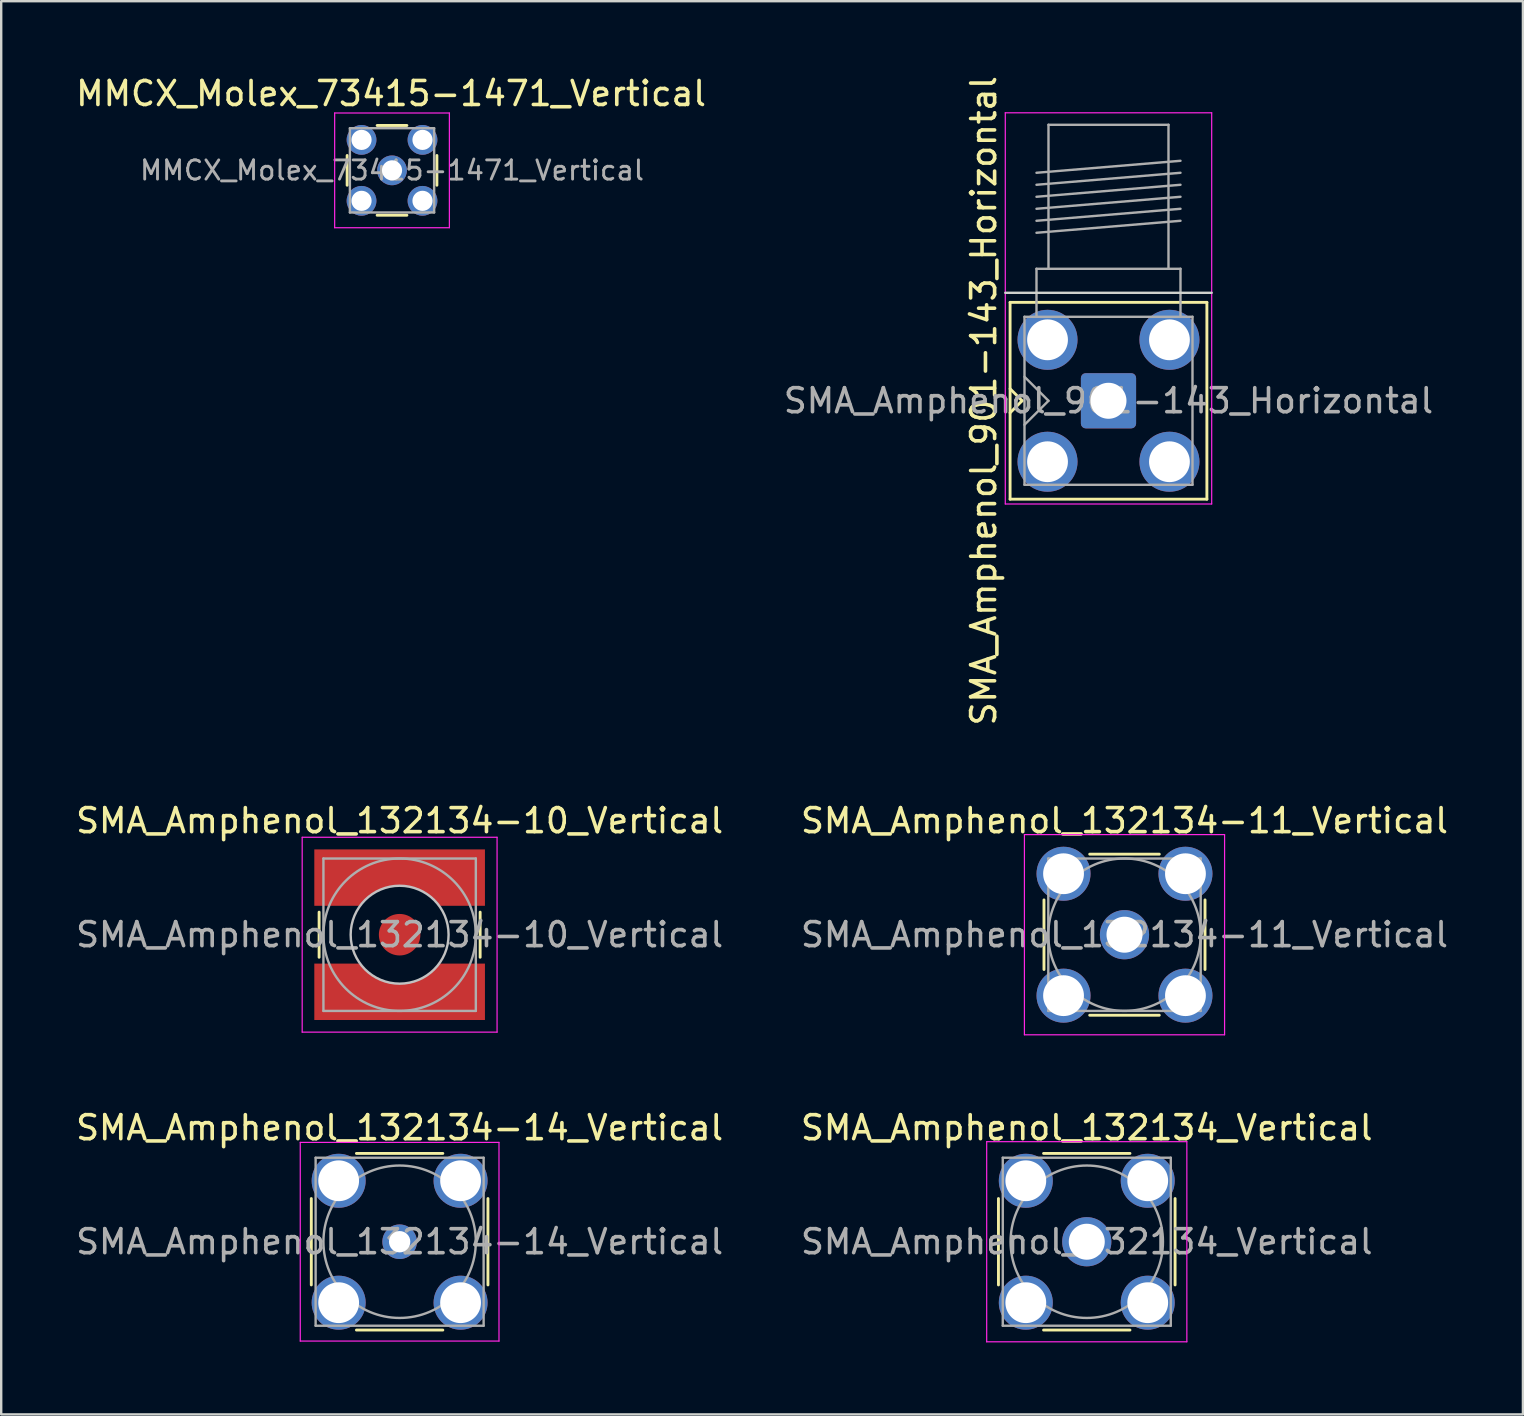
<source format=kicad_pcb>
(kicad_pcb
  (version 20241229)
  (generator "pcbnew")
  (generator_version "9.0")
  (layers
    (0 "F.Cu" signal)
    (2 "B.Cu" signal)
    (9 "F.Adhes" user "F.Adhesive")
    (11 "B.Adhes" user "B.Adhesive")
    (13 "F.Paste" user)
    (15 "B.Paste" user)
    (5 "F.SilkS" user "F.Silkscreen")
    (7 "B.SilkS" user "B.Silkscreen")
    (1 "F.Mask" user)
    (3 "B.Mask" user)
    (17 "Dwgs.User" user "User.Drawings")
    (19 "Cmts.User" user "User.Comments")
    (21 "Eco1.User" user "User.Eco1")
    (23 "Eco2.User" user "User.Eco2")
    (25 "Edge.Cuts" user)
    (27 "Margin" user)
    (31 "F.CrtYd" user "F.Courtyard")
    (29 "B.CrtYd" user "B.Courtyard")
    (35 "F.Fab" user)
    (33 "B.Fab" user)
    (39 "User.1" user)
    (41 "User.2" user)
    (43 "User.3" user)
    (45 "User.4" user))
  (footprint "SMA_Amphenol_901-143_Horizontal"
    (layer "F.Cu")
    (at 43.137 13.649)
    (property "Reference" "SMA_Amphenol_901-143_Horizontal" (at -5.2 0 90) (layer "F.SilkS") (effects (font (size 1 1) (thickness 0.15))))
    (attr through_hole)
    (fp_line (start -4.1 -4.1) (end -4.1 4.1) (stroke (width 0.12) (type solid)) (layer "F.SilkS"))
    (fp_line (start -4.1 -4.1) (end 4.1 -4.1) (stroke (width 0.12) (type solid)) (layer "F.SilkS"))
    (fp_line (start -4.1 0.5) (end -3.6 0) (stroke (width 0.12) (type solid)) (layer "F.SilkS"))
    (fp_line (start -4.1 4.1) (end 4.1 4.1) (stroke (width 0.12) (type solid)) (layer "F.SilkS"))
    (fp_line (start -3.6 0) (end -4.1 -0.5) (stroke (width 0.12) (type solid)) (layer "F.SilkS"))
    (fp_line (start 4.1 -4.1) (end 4.1 4.1) (stroke (width 0.12) (type solid)) (layer "F.SilkS"))
    (fp_line (start 4.3 -4.5) (end -4.3 -4.5) (stroke (width 0.1) (type solid)) (layer "Edge.Cuts"))
    (fp_line (start -4.3 -12) (end -4.3 4.3) (stroke (width 0.05) (type solid)) (layer "F.CrtYd"))
    (fp_line (start -4.3 -12) (end 4.3 -12) (stroke (width 0.05) (type solid)) (layer "F.CrtYd"))
    (fp_line (start 4.3 4.3) (end -4.3 4.3) (stroke (width 0.05) (type solid)) (layer "F.CrtYd"))
    (fp_line (start 4.3 4.3) (end 4.3 -12) (stroke (width 0.05) (type solid)) (layer "F.CrtYd"))
    (fp_line (start -3.5 -3.5) (end -3.5 3.5) (stroke (width 0.1) (type solid)) (layer "F.Fab"))
    (fp_line (start -3.5 -3.5) (end 3.5 -3.5) (stroke (width 0.1) (type solid)) (layer "F.Fab"))
    (fp_line (start -3.5 -1) (end -2.5 0) (stroke (width 0.1) (type solid)) (layer "F.Fab"))
    (fp_line (start -3.5 3.5) (end 3.5 3.5) (stroke (width 0.1) (type solid)) (layer "F.Fab"))
    (fp_line (start -3 -9.5) (end 3 -10) (stroke (width 0.1) (type solid)) (layer "F.Fab"))
    (fp_line (start -3 -9) (end 3 -9.5) (stroke (width 0.1) (type solid)) (layer "F.Fab"))
    (fp_line (start -3 -8.5) (end 3 -9) (stroke (width 0.1) (type solid)) (layer "F.Fab"))
    (fp_line (start -3 -8) (end 3 -8.5) (stroke (width 0.1) (type solid)) (layer "F.Fab"))
    (fp_line (start -3 -7.5) (end 3 -8) (stroke (width 0.1) (type solid)) (layer "F.Fab"))
    (fp_line (start -3 -7) (end 3 -7.5) (stroke (width 0.1) (type solid)) (layer "F.Fab"))
    (fp_line (start -3 -5.5) (end -3 -3.5) (stroke (width 0.1) (type solid)) (layer "F.Fab"))
    (fp_line (start -2.5 -11.5) (end -2.5 -5.5) (stroke (width 0.1) (type solid)) (layer "F.Fab"))
    (fp_line (start -2.5 -11.5) (end 2.5 -11.5) (stroke (width 0.1) (type solid)) (layer "F.Fab"))
    (fp_line (start -2.5 0) (end -3.5 1) (stroke (width 0.1) (type solid)) (layer "F.Fab"))
    (fp_line (start 2.5 -11.5) (end 2.5 -5.5) (stroke (width 0.1) (type solid)) (layer "F.Fab"))
    (fp_line (start 3 -5.5) (end -3 -5.5) (stroke (width 0.1) (type solid)) (layer "F.Fab"))
    (fp_line (start 3 -5.5) (end 3 -3.5) (stroke (width 0.1) (type solid)) (layer "F.Fab"))
    (fp_line (start 3.5 -3.5) (end 3.5 3.5) (stroke (width 0.1) (type solid)) (layer "F.Fab"))
    (fp_text user "${REFERENCE}" (at 0 0 0) (layer "F.Fab") (effects (font (size 1 1) (thickness 0.15))))
    (pad "1" thru_hole roundrect (at 0 0) (size 2.3 2.3) (drill 1.5) (layers "*.Cu" "*.Mask") (remove_unused_layers yes) (keep_end_layers yes) (zone_layer_connections) (roundrect_rratio 0.087))
    (pad "2" thru_hole circle (at -2.54 -2.54) (size 2.5 2.5) (drill 1.7) (layers "*.Cu" "*.Mask") (remove_unused_layers yes) (keep_end_layers yes) (zone_layer_connections))
    (pad "2" thru_hole circle (at -2.54 2.54) (size 2.5 2.5) (drill 1.7) (layers "*.Cu" "*.Mask") (remove_unused_layers yes) (keep_end_layers yes) (zone_layer_connections))
    (pad "2" thru_hole circle (at 2.54 -2.54) (size 2.5 2.5) (drill 1.7) (layers "*.Cu" "*.Mask") (remove_unused_layers yes) (keep_end_layers yes) (zone_layer_connections))
    (pad "2" thru_hole circle (at 2.54 2.54) (size 2.5 2.5) (drill 1.7) (layers "*.Cu" "*.Mask") (remove_unused_layers yes) (keep_end_layers yes) (zone_layer_connections)))
  (footprint "SMA_Amphenol_132134_Vertical"
    (layer "F.Cu")
    (at 42.232 48.689)
    (property "Reference" "SMA_Amphenol_132134_Vertical" (at 0 -4.75 0) (layer "F.SilkS") (effects (font (size 1 1) (thickness 0.15))))
    (attr through_hole)
    (fp_line (start -3.68 -1.8) (end -3.68 1.8) (stroke (width 0.12) (type solid)) (layer "F.SilkS"))
    (fp_line (start -1.8 -3.68) (end 1.8 -3.68) (stroke (width 0.12) (type solid)) (layer "F.SilkS"))
    (fp_line (start -1.8 3.68) (end 1.8 3.68) (stroke (width 0.12) (type solid)) (layer "F.SilkS"))
    (fp_line (start 3.68 -1.8) (end 3.68 1.8) (stroke (width 0.12) (type solid)) (layer "F.SilkS"))
    (fp_line (start -4.17 -4.17) (end -4.17 4.17) (stroke (width 0.05) (type solid)) (layer "F.CrtYd"))
    (fp_line (start -4.17 -4.17) (end 4.17 -4.17) (stroke (width 0.05) (type solid)) (layer "F.CrtYd"))
    (fp_line (start 4.17 4.17) (end -4.17 4.17) (stroke (width 0.05) (type solid)) (layer "F.CrtYd"))
    (fp_line (start 4.17 4.17) (end 4.17 -4.17) (stroke (width 0.05) (type solid)) (layer "F.CrtYd"))
    (fp_line (start -3.5 -3.5) (end -3.5 3.5) (stroke (width 0.1) (type solid)) (layer "F.Fab"))
    (fp_line (start -3.5 -3.5) (end 3.5 -3.5) (stroke (width 0.1) (type solid)) (layer "F.Fab"))
    (fp_line (start -3.5 3.5) (end 3.5 3.5) (stroke (width 0.1) (type solid)) (layer "F.Fab"))
    (fp_line (start 3.5 -3.5) (end 3.5 3.5) (stroke (width 0.1) (type solid)) (layer "F.Fab"))
    (fp_circle (center 0 0) (end 3.175 0) (stroke (width 0.1) (type solid)) (fill no) (layer "F.Fab"))
    (fp_text user "${REFERENCE}" (at 0 0 0) (layer "F.Fab") (effects (font (size 1 1) (thickness 0.15))))
    (pad "1" thru_hole circle (at 0 0) (size 2.05 2.05) (drill 1.5) (layers "*.Cu" "*.Mask"))
    (pad "2" thru_hole circle (at -2.54 -2.54) (size 2.25 2.25) (drill 1.7) (layers "*.Cu" "*.Mask"))
    (pad "2" thru_hole circle (at -2.54 2.54) (size 2.25 2.25) (drill 1.7) (layers "*.Cu" "*.Mask"))
    (pad "2" thru_hole circle (at 2.54 -2.54) (size 2.25 2.25) (drill 1.7) (layers "*.Cu" "*.Mask"))
    (pad "2" thru_hole circle (at 2.54 2.54) (size 2.25 2.25) (drill 1.7) (layers "*.Cu" "*.Mask")))
  (footprint "SMA_Amphenol_132134-11_Vertical"
    (layer "F.Cu")
    (at 43.804 35.896)
    (property "Reference" "SMA_Amphenol_132134-11_Vertical" (at 0 -4.75 0) (layer "F.SilkS") (effects (font (size 1 1) (thickness 0.15))))
    (attr through_hole)
    (fp_line (start -3.355 -1.45) (end -3.355 1.45) (stroke (width 0.12) (type solid)) (layer "F.SilkS"))
    (fp_line (start -1.45 -3.355) (end 1.45 -3.355) (stroke (width 0.12) (type solid)) (layer "F.SilkS"))
    (fp_line (start -1.45 3.355) (end 1.45 3.355) (stroke (width 0.12) (type solid)) (layer "F.SilkS"))
    (fp_line (start 3.355 -1.45) (end 3.355 1.45) (stroke (width 0.12) (type solid)) (layer "F.SilkS"))
    (fp_line (start -4.17 -4.17) (end -4.17 4.17) (stroke (width 0.05) (type solid)) (layer "F.CrtYd"))
    (fp_line (start -4.17 -4.17) (end 4.17 -4.17) (stroke (width 0.05) (type solid)) (layer "F.CrtYd"))
    (fp_line (start 4.17 4.17) (end -4.17 4.17) (stroke (width 0.05) (type solid)) (layer "F.CrtYd"))
    (fp_line (start 4.17 4.17) (end 4.17 -4.17) (stroke (width 0.05) (type solid)) (layer "F.CrtYd"))
    (fp_line (start -3.175 -3.175) (end -3.175 3.175) (stroke (width 0.1) (type solid)) (layer "F.Fab"))
    (fp_line (start -3.175 -3.175) (end 3.175 -3.175) (stroke (width 0.1) (type solid)) (layer "F.Fab"))
    (fp_line (start -3.175 3.175) (end 3.175 3.175) (stroke (width 0.1) (type solid)) (layer "F.Fab"))
    (fp_line (start 3.175 -3.175) (end 3.175 3.175) (stroke (width 0.1) (type solid)) (layer "F.Fab"))
    (fp_circle (center 0 0) (end 3.175 0) (stroke (width 0.1) (type solid)) (fill no) (layer "F.Fab"))
    (fp_text user "${REFERENCE}" (at 0 0 0) (layer "F.Fab") (effects (font (size 1 1) (thickness 0.15))))
    (pad "1" thru_hole circle (at 0 0) (size 2.05 2.05) (drill 1.5) (layers "*.Cu" "*.Mask"))
    (pad "2" thru_hole circle (at -2.54 -2.54) (size 2.25 2.25) (drill 1.7) (layers "*.Cu" "*.Mask"))
    (pad "2" thru_hole circle (at -2.54 2.54) (size 2.25 2.25) (drill 1.7) (layers "*.Cu" "*.Mask"))
    (pad "2" thru_hole circle (at 2.54 -2.54) (size 2.25 2.25) (drill 1.7) (layers "*.Cu" "*.Mask"))
    (pad "2" thru_hole circle (at 2.54 2.54) (size 2.25 2.25) (drill 1.7) (layers "*.Cu" "*.Mask")))
  (footprint "SMA_Amphenol_132134-10_Vertical"
    (layer "F.Cu")
    (at 13.601 35.896)
    (property "Reference" "SMA_Amphenol_132134-10_Vertical" (at 0 -4.75 0) (layer "F.SilkS") (effects (font (size 1 1) (thickness 0.15))))
    (attr smd)
    (fp_line (start -3.355 -0.94) (end -3.355 0.94) (stroke (width 0.12) (type solid)) (layer "F.SilkS"))
    (fp_line (start 3.355 -0.94) (end 3.355 0.94) (stroke (width 0.12) (type solid)) (layer "F.SilkS"))
    (fp_circle (center 0 0) (end 2.04 0) (stroke (width 0.1) (type solid)) (fill no) (layer "Dwgs.User"))
    (fp_line (start -4.06 -4.06) (end -4.06 4.06) (stroke (width 0.05) (type solid)) (layer "F.CrtYd"))
    (fp_line (start -4.06 -4.06) (end 4.06 -4.06) (stroke (width 0.05) (type solid)) (layer "F.CrtYd"))
    (fp_line (start 4.06 4.06) (end -4.06 4.06) (stroke (width 0.05) (type solid)) (layer "F.CrtYd"))
    (fp_line (start 4.06 4.06) (end 4.06 -4.06) (stroke (width 0.05) (type solid)) (layer "F.CrtYd"))
    (fp_line (start -3.175 -3.175) (end -3.175 3.175) (stroke (width 0.1) (type solid)) (layer "F.Fab"))
    (fp_line (start -3.175 -3.175) (end 3.175 -3.175) (stroke (width 0.1) (type solid)) (layer "F.Fab"))
    (fp_line (start -3.175 3.175) (end 3.175 3.175) (stroke (width 0.1) (type solid)) (layer "F.Fab"))
    (fp_line (start 3.175 -3.175) (end 3.175 3.175) (stroke (width 0.1) (type solid)) (layer "F.Fab"))
    (fp_circle (center 0 0) (end 3.175 0) (stroke (width 0.1) (type solid)) (fill no) (layer "F.Fab"))
    (fp_text user "${REFERENCE}" (at 0 0 0) (layer "F.Fab") (effects (font (size 1 1) (thickness 0.15))))
    (pad "1" smd circle (at 0 0 90) (size 1.73 1.73) (layers "F.Cu" "F.Mask" "F.Paste"))
    (pad "2" smd custom (at 0 -2.8 180) (size 7.11 1.51) (layers "F.Cu" "F.Mask" "F.Paste") (options (anchor rect)) (primitives (gr_poly (pts (xy -1.5 -1.42) (xy -1.36 -1.28) (xy -1.205 -1.155) (xy -1.035 -1.045) (xy -0.86 -0.95) (xy -0.675 -0.875) (xy -0.48 -0.82) (xy -0.28 -0.78) (xy -0.085 -0.765) (xy 0 -0.765) (xy 0 0.755) (xy -3.555 0.755) (xy -3.555 -1.595) (xy -1.645 -1.595)) (width 0) (fill yes)) (gr_poly (pts (xy 3.555 0.755) (xy 0 0.755) (xy 0 -0.765) (xy 0.085 -0.765) (xy 0.28 -0.78) (xy 0.48 -0.82) (xy 0.675 -0.875) (xy 0.86 -0.95) (xy 1.035 -1.045) (xy 1.205 -1.155) (xy 1.36 -1.28) (xy 1.5 -1.42) (xy 1.645 -1.595) (xy 3.555 -1.595)) (width 0) (fill yes))))
    (pad "2" smd custom (at 0 2.8) (size 7.11 1.51) (layers "F.Cu" "F.Mask" "F.Paste") (options (anchor rect)) (primitives (gr_poly (pts (xy -1.5 -1.42) (xy -1.36 -1.28) (xy -1.205 -1.155) (xy -1.035 -1.045) (xy -0.86 -0.95) (xy -0.675 -0.875) (xy -0.48 -0.82) (xy -0.28 -0.78) (xy -0.085 -0.765) (xy 0 -0.765) (xy 0 0.755) (xy -3.555 0.755) (xy -3.555 -1.595) (xy -1.645 -1.595)) (width 0) (fill yes)) (gr_poly (pts (xy 3.555 0.755) (xy 0 0.755) (xy 0 -0.765) (xy 0.085 -0.765) (xy 0.28 -0.78) (xy 0.48 -0.82) (xy 0.675 -0.875) (xy 0.86 -0.95) (xy 1.035 -1.045) (xy 1.205 -1.155) (xy 1.36 -1.28) (xy 1.5 -1.42) (xy 1.645 -1.595) (xy 3.555 -1.595)) (width 0) (fill yes)))))
  (footprint "MMCX_Molex_73415-1471_Vertical"
    (layer "F.Cu")
    (at 13.284 4.048)
    (property "Reference" "MMCX_Molex_73415-1471_Vertical" (at -0.04 -3.2 0) (layer "F.SilkS") (effects (font (size 1 1) (thickness 0.15))))
    (attr through_hole)
    (fp_line (start -1.87 0.62) (end -1.87 -0.62) (stroke (width 0.12) (type solid)) (layer "F.SilkS"))
    (fp_line (start 0.62 -1.87) (end -0.62 -1.87) (stroke (width 0.12) (type solid)) (layer "F.SilkS"))
    (fp_line (start 0.62 1.87) (end -0.62 1.87) (stroke (width 0.12) (type solid)) (layer "F.SilkS"))
    (fp_line (start 1.87 0.62) (end 1.87 -0.62) (stroke (width 0.12) (type solid)) (layer "F.SilkS"))
    (fp_line (start -2.39 -2.39) (end 2.39 -2.39) (stroke (width 0.05) (type solid)) (layer "F.CrtYd"))
    (fp_line (start -2.39 2.39) (end -2.39 -2.39) (stroke (width 0.05) (type solid)) (layer "F.CrtYd"))
    (fp_line (start -2.39 2.39) (end 2.39 2.39) (stroke (width 0.05) (type solid)) (layer "F.CrtYd"))
    (fp_line (start 2.39 2.39) (end 2.39 -2.39) (stroke (width 0.05) (type solid)) (layer "F.CrtYd"))
    (fp_line (start -1.755 -1.755) (end -1.755 1.755) (stroke (width 0.1) (type solid)) (layer "F.Fab"))
    (fp_line (start -1.755 -1.755) (end 1.755 -1.755) (stroke (width 0.1) (type solid)) (layer "F.Fab"))
    (fp_line (start -1.755 1.755) (end 1.755 1.755) (stroke (width 0.1) (type solid)) (layer "F.Fab"))
    (fp_line (start 1.755 -1.755) (end 1.755 1.755) (stroke (width 0.1) (type solid)) (layer "F.Fab"))
    (fp_text user "${REFERENCE}" (at 0 0 0) (layer "F.Fab") (effects (font (size 0.8 0.8) (thickness 0.12))))
    (pad "1" thru_hole circle (at 0 0) (size 1.24 1.24) (drill 0.84) (layers "*.Cu" "*.Mask"))
    (pad "2" thru_hole circle (at -1.27 -1.27) (size 1.24 1.24) (drill 0.84) (layers "*.Cu" "*.Mask"))
    (pad "2" thru_hole circle (at -1.27 1.27) (size 1.24 1.24) (drill 0.84) (layers "*.Cu" "*.Mask"))
    (pad "2" thru_hole circle (at 1.27 -1.27) (size 1.24 1.24) (drill 0.84) (layers "*.Cu" "*.Mask"))
    (pad "2" thru_hole circle (at 1.27 1.27) (size 1.24 1.24) (drill 0.84) (layers "*.Cu" "*.Mask")))
  (footprint "SMA_Amphenol_132134-14_Vertical"
    (layer "F.Cu")
    (at 13.601 48.689)
    (property "Reference" "SMA_Amphenol_132134-14_Vertical" (at 0 -4.75 0) (layer "F.SilkS") (effects (font (size 1 1) (thickness 0.15))))
    (attr through_hole)
    (fp_line (start -3.68 -1.8) (end -3.68 1.8) (stroke (width 0.12) (type solid)) (layer "F.SilkS"))
    (fp_line (start -1.8 -3.68) (end 1.8 -3.68) (stroke (width 0.12) (type solid)) (layer "F.SilkS"))
    (fp_line (start -1.8 3.68) (end 1.8 3.68) (stroke (width 0.12) (type solid)) (layer "F.SilkS"))
    (fp_line (start 3.68 -1.8) (end 3.68 1.8) (stroke (width 0.12) (type solid)) (layer "F.SilkS"))
    (fp_line (start -4.14 -4.14) (end -4.14 4.14) (stroke (width 0.05) (type solid)) (layer "F.CrtYd"))
    (fp_line (start -4.14 -4.14) (end 4.14 -4.14) (stroke (width 0.05) (type solid)) (layer "F.CrtYd"))
    (fp_line (start 4.14 4.14) (end -4.14 4.14) (stroke (width 0.05) (type solid)) (layer "F.CrtYd"))
    (fp_line (start 4.14 4.14) (end 4.14 -4.14) (stroke (width 0.05) (type solid)) (layer "F.CrtYd"))
    (fp_line (start -3.5 -3.5) (end -3.5 3.5) (stroke (width 0.1) (type solid)) (layer "F.Fab"))
    (fp_line (start -3.5 -3.5) (end 3.5 -3.5) (stroke (width 0.1) (type solid)) (layer "F.Fab"))
    (fp_line (start -3.5 3.5) (end 3.5 3.5) (stroke (width 0.1) (type solid)) (layer "F.Fab"))
    (fp_line (start 3.5 -3.5) (end 3.5 3.5) (stroke (width 0.1) (type solid)) (layer "F.Fab"))
    (fp_circle (center 0 0) (end 3.175 0) (stroke (width 0.1) (type solid)) (fill no) (layer "F.Fab"))
    (fp_text user "${REFERENCE}" (at 0 0 0) (layer "F.Fab") (effects (font (size 1 1) (thickness 0.15))))
    (pad "1" thru_hole circle (at 0 0) (size 1.44 1.44) (drill 0.89) (layers "*.Cu" "*.Mask"))
    (pad "2" thru_hole circle (at -2.54 -2.54) (size 2.25 2.25) (drill 1.7) (layers "*.Cu" "*.Mask"))
    (pad "2" thru_hole circle (at -2.54 2.54) (size 2.25 2.25) (drill 1.7) (layers "*.Cu" "*.Mask"))
    (pad "2" thru_hole circle (at 2.54 -2.54) (size 2.25 2.25) (drill 1.7) (layers "*.Cu" "*.Mask"))
    (pad "2" thru_hole circle (at 2.54 2.54) (size 2.25 2.25) (drill 1.7) (layers "*.Cu" "*.Mask")))
  (gr_rect
    (start -3 -3)
    (end 60.405 55.884)
    (stroke (width 0.1) (type default))
    (fill no)
    (layer "Edge.Cuts")))
</source>
